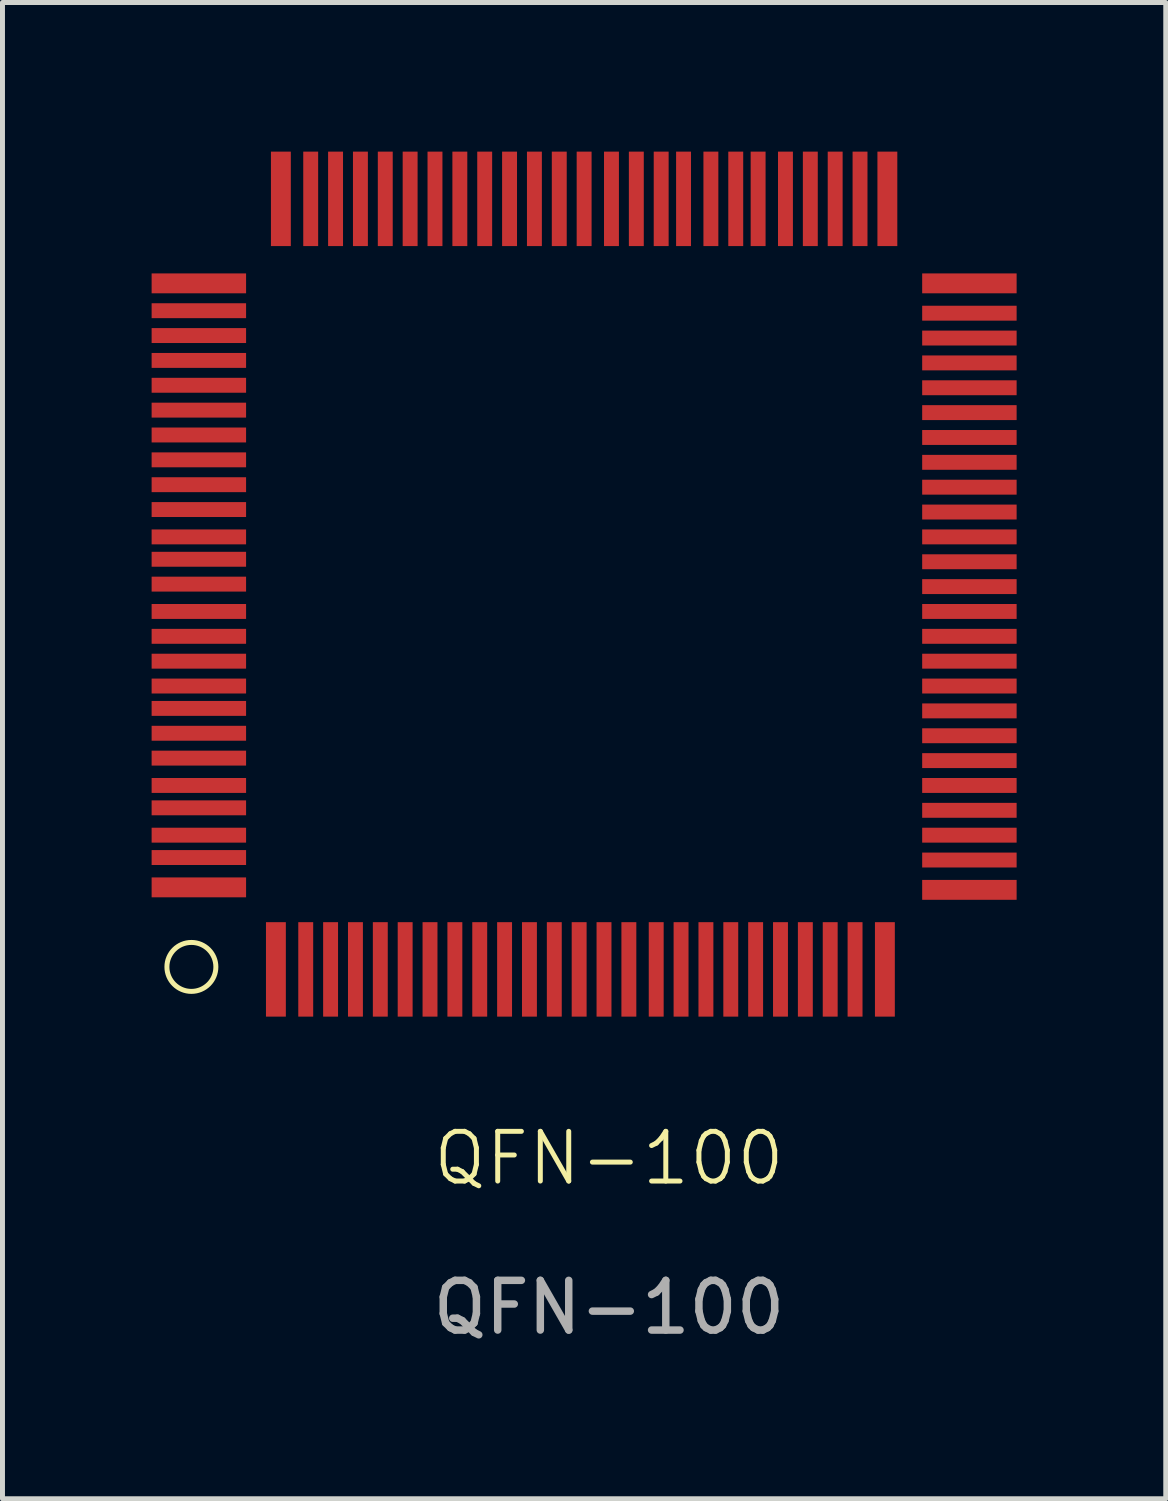
<source format=kicad_pcb>
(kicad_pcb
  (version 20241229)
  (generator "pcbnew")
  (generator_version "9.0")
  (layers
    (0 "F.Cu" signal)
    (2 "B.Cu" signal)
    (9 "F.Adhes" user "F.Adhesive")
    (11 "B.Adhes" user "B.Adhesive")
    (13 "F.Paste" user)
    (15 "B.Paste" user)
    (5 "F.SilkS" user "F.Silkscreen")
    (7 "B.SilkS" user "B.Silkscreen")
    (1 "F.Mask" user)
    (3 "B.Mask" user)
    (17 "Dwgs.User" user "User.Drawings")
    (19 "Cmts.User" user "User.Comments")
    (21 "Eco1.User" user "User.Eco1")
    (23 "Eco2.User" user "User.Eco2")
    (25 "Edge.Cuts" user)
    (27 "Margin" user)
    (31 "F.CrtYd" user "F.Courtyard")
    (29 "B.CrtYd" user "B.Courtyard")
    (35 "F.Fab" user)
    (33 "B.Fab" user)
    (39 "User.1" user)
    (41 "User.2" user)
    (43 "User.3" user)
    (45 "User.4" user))
  (footprint "QFN-100"
    (layer "F.Cu")
    (at 9.2 8.85)
    (property "Reference" "QFN-100" (at 0 11.4 0) (unlocked yes) (layer "F.SilkS") (effects (font (size 1 1) (thickness 0.1))))
    (attr smd)
    (fp_circle (center -8.4 7.55) (end -8.2 7.1) (stroke (width 0.1) (type default)) (fill no) (layer "F.SilkS"))
    (fp_text user "${REFERENCE}" (at 0 14.4 0) (unlocked yes) (layer "F.Fab") (effects (font (size 1 1) (thickness 0.15))))
    (pad "1" smd rect (at -6.7 7.6 90) (size 1.9 0.4) (layers "F.Cu" "F.Mask" "F.Paste"))
    (pad "2" smd rect (at -6.1 7.6 90) (size 1.9 0.3) (layers "F.Cu" "F.Mask" "F.Paste"))
    (pad "3" smd rect (at -5.6 7.6 90) (size 1.9 0.3) (layers "F.Cu" "F.Mask" "F.Paste"))
    (pad "4" smd rect (at -5.1 7.6 90) (size 1.9 0.3) (layers "F.Cu" "F.Mask" "F.Paste"))
    (pad "5" smd rect (at -4.6 7.6 90) (size 1.9 0.3) (layers "F.Cu" "F.Mask" "F.Paste"))
    (pad "6" smd rect (at -4.1 7.6 90) (size 1.9 0.3) (layers "F.Cu" "F.Mask" "F.Paste"))
    (pad "7" smd rect (at -3.6 7.6 90) (size 1.9 0.3) (layers "F.Cu" "F.Mask" "F.Paste"))
    (pad "8" smd rect (at -3.1 7.6 90) (size 1.9 0.3) (layers "F.Cu" "F.Mask" "F.Paste"))
    (pad "9" smd rect (at -2.6 7.6 90) (size 1.9 0.3) (layers "F.Cu" "F.Mask" "F.Paste"))
    (pad "10" smd rect (at -2.1 7.6 90) (size 1.9 0.3) (layers "F.Cu" "F.Mask" "F.Paste"))
    (pad "11" smd rect (at -1.6 7.6 90) (size 1.9 0.3) (layers "F.Cu" "F.Mask" "F.Paste"))
    (pad "12" smd rect (at -1.1 7.6 90) (size 1.9 0.3) (layers "F.Cu" "F.Mask" "F.Paste"))
    (pad "13" smd rect (at -0.6 7.6 90) (size 1.9 0.3) (layers "F.Cu" "F.Mask" "F.Paste"))
    (pad "14" smd rect (at -0.1 7.6 90) (size 1.9 0.3) (layers "F.Cu" "F.Mask" "F.Paste"))
    (pad "15" smd rect (at 0.4 7.6 90) (size 1.9 0.3) (layers "F.Cu" "F.Mask" "F.Paste"))
    (pad "16" smd rect (at 0.95 7.6 90) (size 1.9 0.3) (layers "F.Cu" "F.Mask" "F.Paste"))
    (pad "17" smd rect (at 1.45 7.6 90) (size 1.9 0.3) (layers "F.Cu" "F.Mask" "F.Paste"))
    (pad "18" smd rect (at 1.95 7.6 90) (size 1.9 0.3) (layers "F.Cu" "F.Mask" "F.Paste"))
    (pad "19" smd rect (at 2.45 7.6 90) (size 1.9 0.3) (layers "F.Cu" "F.Mask" "F.Paste"))
    (pad "20" smd rect (at 2.95 7.6 90) (size 1.9 0.3) (layers "F.Cu" "F.Mask" "F.Paste"))
    (pad "21" smd rect (at 3.45 7.6 90) (size 1.9 0.3) (layers "F.Cu" "F.Mask" "F.Paste"))
    (pad "22" smd rect (at 3.95 7.6 90) (size 1.9 0.3) (layers "F.Cu" "F.Mask" "F.Paste"))
    (pad "23" smd rect (at 4.45 7.6 90) (size 1.9 0.3) (layers "F.Cu" "F.Mask" "F.Paste"))
    (pad "24" smd rect (at 4.95 7.6 90) (size 1.9 0.3) (layers "F.Cu" "F.Mask" "F.Paste"))
    (pad "25" smd rect (at 5.55 7.6 90) (size 1.9 0.4) (layers "F.Cu" "F.Mask" "F.Paste"))
    (pad "26" smd rect (at 7.25 6 180) (size 1.9 0.4) (layers "F.Cu" "F.Mask" "F.Paste"))
    (pad "27" smd rect (at 7.25 5.4 180) (size 1.9 0.3) (layers "F.Cu" "F.Mask" "F.Paste"))
    (pad "28" smd rect (at 7.25 4.9 180) (size 1.9 0.3) (layers "F.Cu" "F.Mask" "F.Paste"))
    (pad "29" smd rect (at 7.25 4.4 180) (size 1.9 0.3) (layers "F.Cu" "F.Mask" "F.Paste"))
    (pad "30" smd rect (at 7.25 3.9 180) (size 1.9 0.3) (layers "F.Cu" "F.Mask" "F.Paste"))
    (pad "31" smd rect (at 7.25 3.4 180) (size 1.9 0.3) (layers "F.Cu" "F.Mask" "F.Paste"))
    (pad "32" smd rect (at 7.25 2.9 180) (size 1.9 0.3) (layers "F.Cu" "F.Mask" "F.Paste"))
    (pad "33" smd rect (at 7.25 2.4 180) (size 1.9 0.3) (layers "F.Cu" "F.Mask" "F.Paste"))
    (pad "34" smd rect (at 7.25 1.9 180) (size 1.9 0.3) (layers "F.Cu" "F.Mask" "F.Paste"))
    (pad "35" smd rect (at 7.25 1.4 180) (size 1.9 0.3) (layers "F.Cu" "F.Mask" "F.Paste"))
    (pad "36" smd rect (at 7.25 0.9 180) (size 1.9 0.3) (layers "F.Cu" "F.Mask" "F.Paste"))
    (pad "37" smd rect (at 7.25 0.4 180) (size 1.9 0.3) (layers "F.Cu" "F.Mask" "F.Paste"))
    (pad "38" smd rect (at 7.25 -0.1 180) (size 1.9 0.3) (layers "F.Cu" "F.Mask" "F.Paste"))
    (pad "39" smd rect (at 7.25 -0.6 180) (size 1.9 0.3) (layers "F.Cu" "F.Mask" "F.Paste"))
    (pad "40" smd rect (at 7.25 -1.1 180) (size 1.9 0.3) (layers "F.Cu" "F.Mask" "F.Paste"))
    (pad "41" smd rect (at 7.25 -1.6 180) (size 1.9 0.3) (layers "F.Cu" "F.Mask" "F.Paste"))
    (pad "42" smd rect (at 7.25 -2.1 180) (size 1.9 0.3) (layers "F.Cu" "F.Mask" "F.Paste"))
    (pad "43" smd rect (at 7.25 -2.6 180) (size 1.9 0.3) (layers "F.Cu" "F.Mask" "F.Paste"))
    (pad "44" smd rect (at 7.25 -3.1 180) (size 1.9 0.3) (layers "F.Cu" "F.Mask" "F.Paste"))
    (pad "45" smd rect (at 7.25 -3.6 180) (size 1.9 0.3) (layers "F.Cu" "F.Mask" "F.Paste"))
    (pad "46" smd rect (at 7.25 -4.1 180) (size 1.9 0.3) (layers "F.Cu" "F.Mask" "F.Paste"))
    (pad "47" smd rect (at 7.25 -4.6 180) (size 1.9 0.3) (layers "F.Cu" "F.Mask" "F.Paste"))
    (pad "48" smd rect (at 7.25 -5.1 180) (size 1.9 0.3) (layers "F.Cu" "F.Mask" "F.Paste"))
    (pad "49" smd rect (at 7.25 -5.6 180) (size 1.9 0.3) (layers "F.Cu" "F.Mask" "F.Paste"))
    (pad "50" smd rect (at 7.25 -6.2 180) (size 1.9 0.4) (layers "F.Cu" "F.Mask" "F.Paste"))
    (pad "51" smd rect (at 5.6 -7.9 270) (size 1.9 0.4) (layers "F.Cu" "F.Mask" "F.Paste"))
    (pad "52" smd rect (at 5.05 -7.9 270) (size 1.9 0.3) (layers "F.Cu" "F.Mask" "F.Paste"))
    (pad "53" smd rect (at 4.55 -7.9 270) (size 1.9 0.3) (layers "F.Cu" "F.Mask" "F.Paste"))
    (pad "54" smd rect (at 4.05 -7.9 270) (size 1.9 0.3) (layers "F.Cu" "F.Mask" "F.Paste"))
    (pad "55" smd rect (at 3.55 -7.9 270) (size 1.9 0.3) (layers "F.Cu" "F.Mask" "F.Paste"))
    (pad "56" smd rect (at 3 -7.9 270) (size 1.9 0.3) (layers "F.Cu" "F.Mask" "F.Paste"))
    (pad "57" smd rect (at 2.55 -7.9 270) (size 1.9 0.3) (layers "F.Cu" "F.Mask" "F.Paste"))
    (pad "58" smd rect (at 2.05 -7.9 270) (size 1.9 0.3) (layers "F.Cu" "F.Mask" "F.Paste"))
    (pad "59" smd rect (at 1.5 -7.9 270) (size 1.9 0.3) (layers "F.Cu" "F.Mask" "F.Paste"))
    (pad "60" smd rect (at 1.05 -7.9 270) (size 1.9 0.3) (layers "F.Cu" "F.Mask" "F.Paste"))
    (pad "61" smd rect (at 0.55 -7.9 270) (size 1.9 0.3) (layers "F.Cu" "F.Mask" "F.Paste"))
    (pad "62" smd rect (at 0.05 -7.9 270) (size 1.9 0.3) (layers "F.Cu" "F.Mask" "F.Paste"))
    (pad "63" smd rect (at -0.5 -7.9 270) (size 1.9 0.3) (layers "F.Cu" "F.Mask" "F.Paste"))
    (pad "64" smd rect (at -1 -7.9 270) (size 1.9 0.3) (layers "F.Cu" "F.Mask" "F.Paste"))
    (pad "65" smd rect (at -1.5 -7.9 270) (size 1.9 0.3) (layers "F.Cu" "F.Mask" "F.Paste"))
    (pad "66" smd rect (at -2 -7.9 270) (size 1.9 0.3) (layers "F.Cu" "F.Mask" "F.Paste"))
    (pad "67" smd rect (at -2.5 -7.9 270) (size 1.9 0.3) (layers "F.Cu" "F.Mask" "F.Paste"))
    (pad "68" smd rect (at -3 -7.9 270) (size 1.9 0.3) (layers "F.Cu" "F.Mask" "F.Paste"))
    (pad "69" smd rect (at -3.5 -7.9 270) (size 1.9 0.3) (layers "F.Cu" "F.Mask" "F.Paste"))
    (pad "70" smd rect (at -4 -7.9 270) (size 1.9 0.3) (layers "F.Cu" "F.Mask" "F.Paste"))
    (pad "71" smd rect (at -4.5 -7.9 270) (size 1.9 0.3) (layers "F.Cu" "F.Mask" "F.Paste"))
    (pad "72" smd rect (at -5 -7.9 270) (size 1.9 0.3) (layers "F.Cu" "F.Mask" "F.Paste"))
    (pad "73" smd rect (at -5.5 -7.9 270) (size 1.9 0.3) (layers "F.Cu" "F.Mask" "F.Paste"))
    (pad "74" smd rect (at -6 -7.9 270) (size 1.9 0.3) (layers "F.Cu" "F.Mask" "F.Paste"))
    (pad "75" smd rect (at -6.6 -7.9 270) (size 1.9 0.4) (layers "F.Cu" "F.Mask" "F.Paste"))
    (pad "76" smd rect (at -8.25 -6.2) (size 1.9 0.4) (layers "F.Cu" "F.Mask" "F.Paste"))
    (pad "77" smd rect (at -8.25 -5.65) (size 1.9 0.3) (layers "F.Cu" "F.Mask" "F.Paste"))
    (pad "78" smd rect (at -8.25 -5.15) (size 1.9 0.3) (layers "F.Cu" "F.Mask" "F.Paste"))
    (pad "79" smd rect (at -8.25 -4.65) (size 1.9 0.3) (layers "F.Cu" "F.Mask" "F.Paste"))
    (pad "80" smd rect (at -8.25 -4.15) (size 1.9 0.3) (layers "F.Cu" "F.Mask" "F.Paste"))
    (pad "81" smd rect (at -8.25 -3.65) (size 1.9 0.3) (layers "F.Cu" "F.Mask" "F.Paste"))
    (pad "82" smd rect (at -8.25 -3.15) (size 1.9 0.3) (layers "F.Cu" "F.Mask" "F.Paste"))
    (pad "83" smd rect (at -8.25 -2.65) (size 1.9 0.3) (layers "F.Cu" "F.Mask" "F.Paste"))
    (pad "84" smd rect (at -8.25 -2.15) (size 1.9 0.3) (layers "F.Cu" "F.Mask" "F.Paste"))
    (pad "85" smd rect (at -8.25 -1.65) (size 1.9 0.3) (layers "F.Cu" "F.Mask" "F.Paste"))
    (pad "86" smd rect (at -8.25 -1.1) (size 1.9 0.3) (layers "F.Cu" "F.Mask" "F.Paste"))
    (pad "87" smd rect (at -8.25 -0.65) (size 1.9 0.3) (layers "F.Cu" "F.Mask" "F.Paste"))
    (pad "88" smd rect (at -8.25 -0.15) (size 1.9 0.3) (layers "F.Cu" "F.Mask" "F.Paste"))
    (pad "89" smd rect (at -8.25 0.4) (size 1.9 0.3) (layers "F.Cu" "F.Mask" "F.Paste"))
    (pad "90" smd rect (at -8.25 0.9) (size 1.9 0.3) (layers "F.Cu" "F.Mask" "F.Paste"))
    (pad "91" smd rect (at -8.25 1.4) (size 1.9 0.3) (layers "F.Cu" "F.Mask" "F.Paste"))
    (pad "92" smd rect (at -8.25 1.9) (size 1.9 0.3) (layers "F.Cu" "F.Mask" "F.Paste"))
    (pad "93" smd rect (at -8.25 2.35) (size 1.9 0.3) (layers "F.Cu" "F.Mask" "F.Paste"))
    (pad "94" smd rect (at -8.25 2.85) (size 1.9 0.3) (layers "F.Cu" "F.Mask" "F.Paste"))
    (pad "95" smd rect (at -8.25 3.35) (size 1.9 0.3) (layers "F.Cu" "F.Mask" "F.Paste"))
    (pad "96" smd rect (at -8.25 3.9) (size 1.9 0.3) (layers "F.Cu" "F.Mask" "F.Paste"))
    (pad "97" smd rect (at -8.25 4.35) (size 1.9 0.3) (layers "F.Cu" "F.Mask" "F.Paste"))
    (pad "98" smd rect (at -8.25 4.9) (size 1.9 0.3) (layers "F.Cu" "F.Mask" "F.Paste"))
    (pad "99" smd rect (at -8.25 5.35) (size 1.9 0.3) (layers "F.Cu" "F.Mask" "F.Paste"))
    (pad "100" smd rect (at -8.25 5.95) (size 1.9 0.4) (layers "F.Cu" "F.Mask" "F.Paste")))
  (gr_rect
    (start -3 -3)
    (end 20.4 27.098)
    (stroke (width 0.1) (type default))
    (fill no)
    (layer "Edge.Cuts")))
</source>
